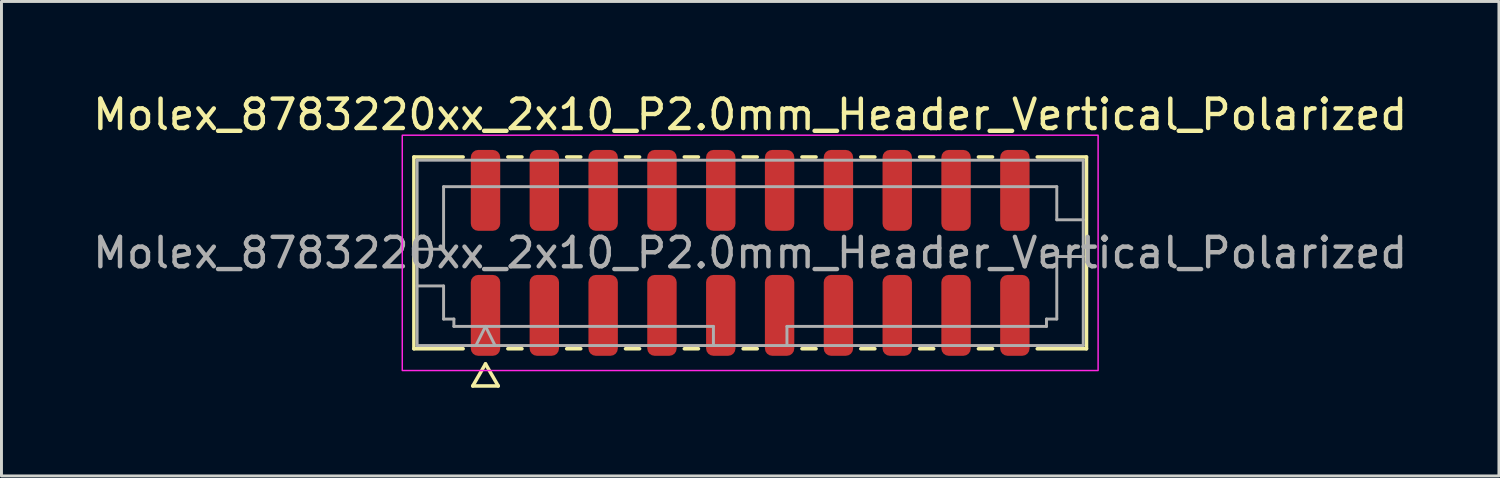
<source format=kicad_pcb>
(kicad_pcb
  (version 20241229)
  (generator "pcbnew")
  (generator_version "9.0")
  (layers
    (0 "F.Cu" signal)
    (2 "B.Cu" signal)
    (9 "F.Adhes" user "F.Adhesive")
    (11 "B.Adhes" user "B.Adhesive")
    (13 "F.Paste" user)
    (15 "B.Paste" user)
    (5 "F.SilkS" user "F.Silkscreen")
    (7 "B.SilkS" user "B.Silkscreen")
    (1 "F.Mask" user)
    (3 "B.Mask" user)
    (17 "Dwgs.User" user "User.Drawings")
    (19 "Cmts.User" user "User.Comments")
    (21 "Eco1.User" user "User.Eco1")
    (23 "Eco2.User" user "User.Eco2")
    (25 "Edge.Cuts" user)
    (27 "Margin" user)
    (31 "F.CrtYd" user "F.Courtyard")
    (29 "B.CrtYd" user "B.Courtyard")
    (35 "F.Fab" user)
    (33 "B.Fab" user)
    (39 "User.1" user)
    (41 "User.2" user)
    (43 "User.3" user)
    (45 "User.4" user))
  (footprint "Molex_8783220xx_2x10_P2.0mm_Header_Vertical_Polarized"
    (layer "F.Cu")
    (at 22.458 5.548)
    (property "Reference" "Molex_8783220xx_2x10_P2.0mm_Header_Vertical_Polarized" (at 0 -4.7 0) (layer "F.SilkS") (effects (font (size 1 1) (thickness 0.15))))
    (attr smd)
    (fp_line (start -11.435 -3.26) (end -9.76 -3.26) (stroke (width 0.12) (type solid)) (layer "F.SilkS"))
    (fp_line (start -11.435 3.26) (end -11.435 -3.26) (stroke (width 0.12) (type solid)) (layer "F.SilkS"))
    (fp_line (start -9.76 3.26) (end -11.435 3.26) (stroke (width 0.12) (type solid)) (layer "F.SilkS"))
    (fp_line (start -9.433 4.525) (end -9 3.775) (stroke (width 0.12) (type solid)) (layer "F.SilkS"))
    (fp_line (start -9 3.775) (end -8.567 4.525) (stroke (width 0.12) (type solid)) (layer "F.SilkS"))
    (fp_line (start -8.567 4.525) (end -9.433 4.525) (stroke (width 0.12) (type solid)) (layer "F.SilkS"))
    (fp_line (start -8.24 -3.26) (end -7.76 -3.26) (stroke (width 0.12) (type solid)) (layer "F.SilkS"))
    (fp_line (start -7.76 3.26) (end -8.24 3.26) (stroke (width 0.12) (type solid)) (layer "F.SilkS"))
    (fp_line (start -6.24 -3.26) (end -5.76 -3.26) (stroke (width 0.12) (type solid)) (layer "F.SilkS"))
    (fp_line (start -5.76 3.26) (end -6.24 3.26) (stroke (width 0.12) (type solid)) (layer "F.SilkS"))
    (fp_line (start -4.24 -3.26) (end -3.76 -3.26) (stroke (width 0.12) (type solid)) (layer "F.SilkS"))
    (fp_line (start -3.76 3.26) (end -4.24 3.26) (stroke (width 0.12) (type solid)) (layer "F.SilkS"))
    (fp_line (start -2.24 -3.26) (end -1.76 -3.26) (stroke (width 0.12) (type solid)) (layer "F.SilkS"))
    (fp_line (start -1.76 3.26) (end -2.24 3.26) (stroke (width 0.12) (type solid)) (layer "F.SilkS"))
    (fp_line (start -0.24 -3.26) (end 0.24 -3.26) (stroke (width 0.12) (type solid)) (layer "F.SilkS"))
    (fp_line (start 0.24 3.26) (end -0.24 3.26) (stroke (width 0.12) (type solid)) (layer "F.SilkS"))
    (fp_line (start 1.76 -3.26) (end 2.24 -3.26) (stroke (width 0.12) (type solid)) (layer "F.SilkS"))
    (fp_line (start 2.24 3.26) (end 1.76 3.26) (stroke (width 0.12) (type solid)) (layer "F.SilkS"))
    (fp_line (start 3.76 -3.26) (end 4.24 -3.26) (stroke (width 0.12) (type solid)) (layer "F.SilkS"))
    (fp_line (start 4.24 3.26) (end 3.76 3.26) (stroke (width 0.12) (type solid)) (layer "F.SilkS"))
    (fp_line (start 5.76 -3.26) (end 6.24 -3.26) (stroke (width 0.12) (type solid)) (layer "F.SilkS"))
    (fp_line (start 6.24 3.26) (end 5.76 3.26) (stroke (width 0.12) (type solid)) (layer "F.SilkS"))
    (fp_line (start 7.76 -3.26) (end 8.24 -3.26) (stroke (width 0.12) (type solid)) (layer "F.SilkS"))
    (fp_line (start 8.24 3.26) (end 7.76 3.26) (stroke (width 0.12) (type solid)) (layer "F.SilkS"))
    (fp_line (start 9.76 -3.26) (end 11.435 -3.26) (stroke (width 0.12) (type solid)) (layer "F.SilkS"))
    (fp_line (start 11.435 -3.26) (end 11.435 3.26) (stroke (width 0.12) (type solid)) (layer "F.SilkS"))
    (fp_line (start 11.435 3.26) (end 9.76 3.26) (stroke (width 0.12) (type solid)) (layer "F.SilkS"))
    (fp_rect (start -11.83 -4) (end 11.83 4) (stroke (width 0.05) (type solid)) (fill no) (layer "F.CrtYd"))
    (fp_line (start -11.325 -3.15) (end 11.325 -3.15) (stroke (width 0.1) (type solid)) (layer "F.Fab"))
    (fp_line (start -11.325 -0.125) (end -10.425 -0.125) (stroke (width 0.1) (type solid)) (layer "F.Fab"))
    (fp_line (start -11.325 1.125) (end -10.425 1.125) (stroke (width 0.1) (type solid)) (layer "F.Fab"))
    (fp_line (start -11.325 3.15) (end -11.325 -3.15) (stroke (width 0.1) (type solid)) (layer "F.Fab"))
    (fp_line (start -10.425 -2.25) (end 10.425 -2.25) (stroke (width 0.1) (type solid)) (layer "F.Fab"))
    (fp_line (start -10.425 -0.125) (end -10.425 -2.25) (stroke (width 0.1) (type solid)) (layer "F.Fab"))
    (fp_line (start -10.425 1.125) (end -10.425 2.25) (stroke (width 0.1) (type solid)) (layer "F.Fab"))
    (fp_line (start -10.425 2.25) (end -10.075 2.25) (stroke (width 0.1) (type solid)) (layer "F.Fab"))
    (fp_line (start -10.075 2.25) (end -10.075 2.5) (stroke (width 0.1) (type solid)) (layer "F.Fab"))
    (fp_line (start -10.075 2.5) (end -1.25 2.5) (stroke (width 0.1) (type solid)) (layer "F.Fab"))
    (fp_line (start -9.325 3.15) (end -9 2.5) (stroke (width 0.1) (type solid)) (layer "F.Fab"))
    (fp_line (start -9 2.5) (end -8.675 3.15) (stroke (width 0.1) (type solid)) (layer "F.Fab"))
    (fp_line (start -1.25 2.5) (end -1.25 3.15) (stroke (width 0.1) (type solid)) (layer "F.Fab"))
    (fp_line (start 1.25 2.5) (end 1.25 3.15) (stroke (width 0.1) (type solid)) (layer "F.Fab"))
    (fp_line (start 1.25 2.5) (end 10.075 2.5) (stroke (width 0.1) (type solid)) (layer "F.Fab"))
    (fp_line (start 10.075 2.25) (end 10.425 2.25) (stroke (width 0.1) (type solid)) (layer "F.Fab"))
    (fp_line (start 10.075 2.5) (end 10.075 2.25) (stroke (width 0.1) (type solid)) (layer "F.Fab"))
    (fp_line (start 10.425 -2.25) (end 10.425 -1.125) (stroke (width 0.1) (type solid)) (layer "F.Fab"))
    (fp_line (start 10.425 -1.125) (end 11.325 -1.125) (stroke (width 0.1) (type solid)) (layer "F.Fab"))
    (fp_line (start 10.425 0.125) (end 11.325 0.125) (stroke (width 0.1) (type solid)) (layer "F.Fab"))
    (fp_line (start 10.425 2.25) (end 10.425 0.125) (stroke (width 0.1) (type solid)) (layer "F.Fab"))
    (fp_line (start 11.325 -3.15) (end 11.325 3.15) (stroke (width 0.1) (type solid)) (layer "F.Fab"))
    (fp_line (start 11.325 3.15) (end -11.325 3.15) (stroke (width 0.1) (type solid)) (layer "F.Fab"))
    (fp_text user "${REFERENCE}" (at 0 0 0) (layer "F.Fab") (effects (font (size 1 1) (thickness 0.15))))
    (pad "1" smd roundrect (at -9 2.125) (size 1 2.75) (layers "F.Cu" "F.Mask" "F.Paste") (roundrect_rratio 0.25))
    (pad "2" smd roundrect (at -9 -2.125) (size 1 2.75) (layers "F.Cu" "F.Mask" "F.Paste") (roundrect_rratio 0.25))
    (pad "3" smd roundrect (at -7 2.125) (size 1 2.75) (layers "F.Cu" "F.Mask" "F.Paste") (roundrect_rratio 0.25))
    (pad "4" smd roundrect (at -7 -2.125) (size 1 2.75) (layers "F.Cu" "F.Mask" "F.Paste") (roundrect_rratio 0.25))
    (pad "5" smd roundrect (at -5 2.125) (size 1 2.75) (layers "F.Cu" "F.Mask" "F.Paste") (roundrect_rratio 0.25))
    (pad "6" smd roundrect (at -5 -2.125) (size 1 2.75) (layers "F.Cu" "F.Mask" "F.Paste") (roundrect_rratio 0.25))
    (pad "7" smd roundrect (at -3 2.125) (size 1 2.75) (layers "F.Cu" "F.Mask" "F.Paste") (roundrect_rratio 0.25))
    (pad "8" smd roundrect (at -3 -2.125) (size 1 2.75) (layers "F.Cu" "F.Mask" "F.Paste") (roundrect_rratio 0.25))
    (pad "9" smd roundrect (at -1 2.125) (size 1 2.75) (layers "F.Cu" "F.Mask" "F.Paste") (roundrect_rratio 0.25))
    (pad "10" smd roundrect (at -1 -2.125) (size 1 2.75) (layers "F.Cu" "F.Mask" "F.Paste") (roundrect_rratio 0.25))
    (pad "11" smd roundrect (at 1 2.125) (size 1 2.75) (layers "F.Cu" "F.Mask" "F.Paste") (roundrect_rratio 0.25))
    (pad "12" smd roundrect (at 1 -2.125) (size 1 2.75) (layers "F.Cu" "F.Mask" "F.Paste") (roundrect_rratio 0.25))
    (pad "13" smd roundrect (at 3 2.125) (size 1 2.75) (layers "F.Cu" "F.Mask" "F.Paste") (roundrect_rratio 0.25))
    (pad "14" smd roundrect (at 3 -2.125) (size 1 2.75) (layers "F.Cu" "F.Mask" "F.Paste") (roundrect_rratio 0.25))
    (pad "15" smd roundrect (at 5 2.125) (size 1 2.75) (layers "F.Cu" "F.Mask" "F.Paste") (roundrect_rratio 0.25))
    (pad "16" smd roundrect (at 5 -2.125) (size 1 2.75) (layers "F.Cu" "F.Mask" "F.Paste") (roundrect_rratio 0.25))
    (pad "17" smd roundrect (at 7 2.125) (size 1 2.75) (layers "F.Cu" "F.Mask" "F.Paste") (roundrect_rratio 0.25))
    (pad "18" smd roundrect (at 7 -2.125) (size 1 2.75) (layers "F.Cu" "F.Mask" "F.Paste") (roundrect_rratio 0.25))
    (pad "19" smd roundrect (at 9 2.125) (size 1 2.75) (layers "F.Cu" "F.Mask" "F.Paste") (roundrect_rratio 0.25))
    (pad "20" smd roundrect (at 9 -2.125) (size 1 2.75) (layers "F.Cu" "F.Mask" "F.Paste") (roundrect_rratio 0.25)))
  (gr_rect
    (start -3 -3)
    (end 47.917 13.133)
    (stroke (width 0.1) (type default))
    (fill no)
    (layer "Edge.Cuts")))
</source>
